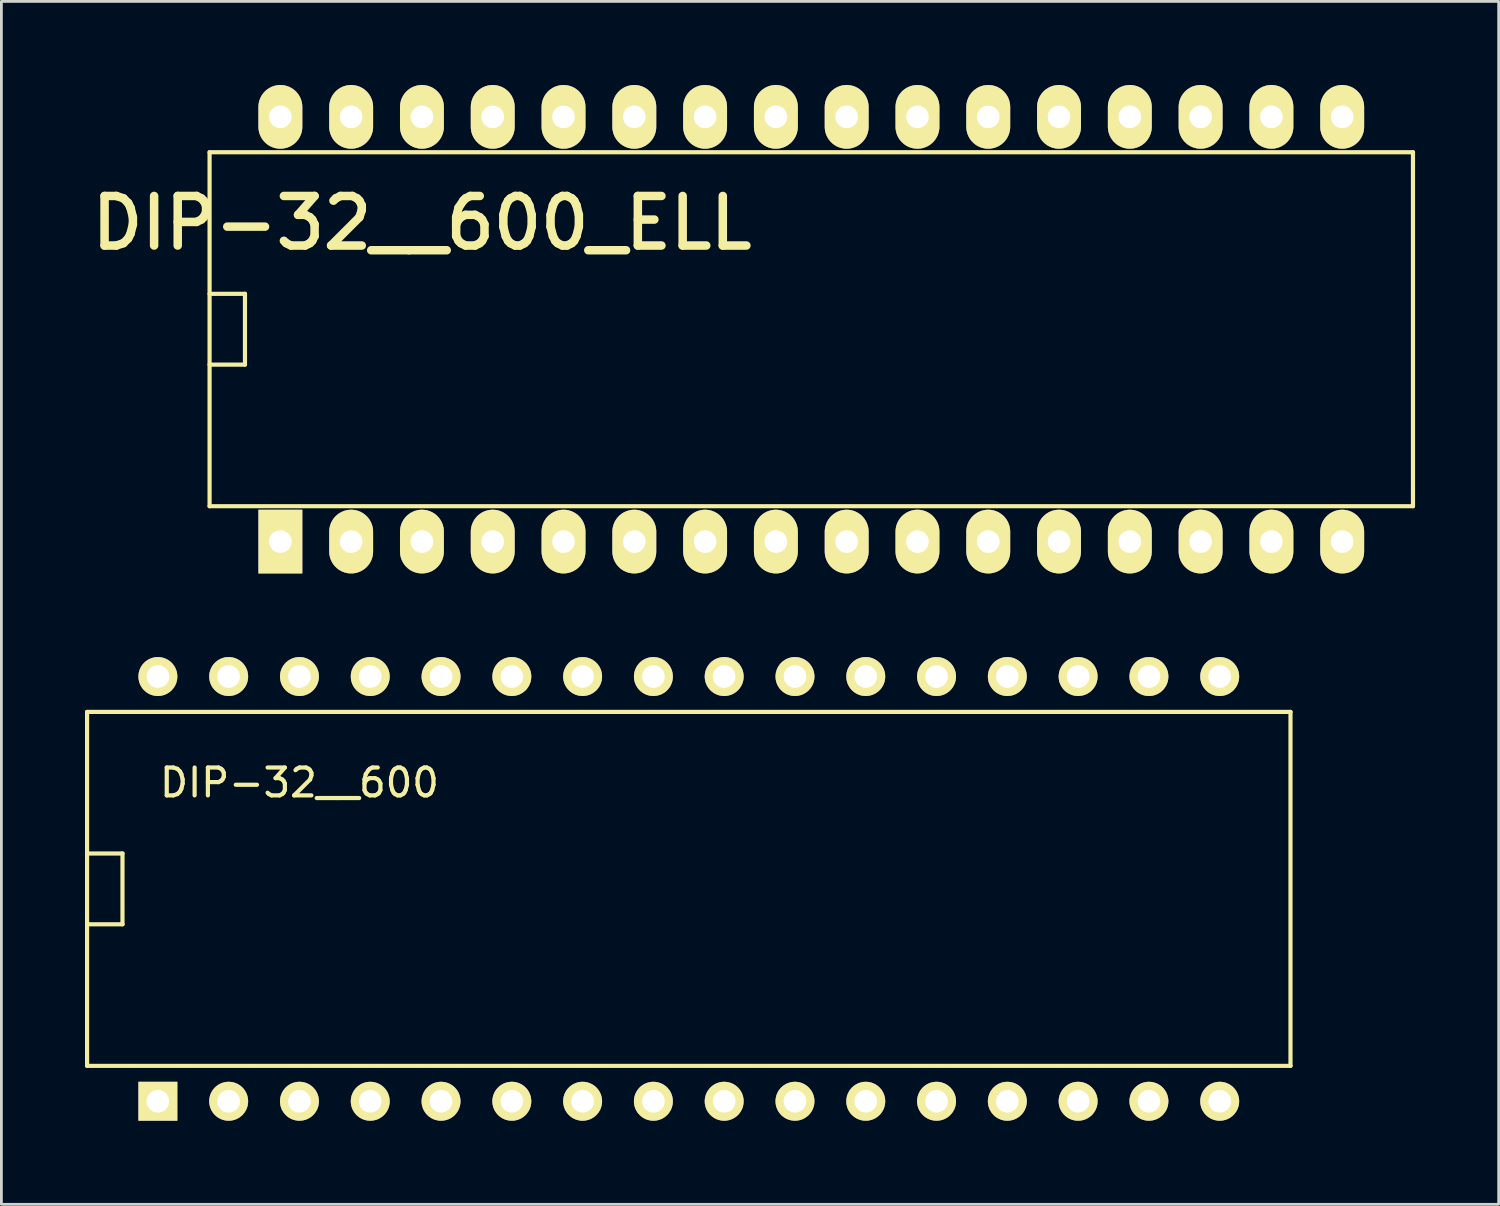
<source format=kicad_pcb>
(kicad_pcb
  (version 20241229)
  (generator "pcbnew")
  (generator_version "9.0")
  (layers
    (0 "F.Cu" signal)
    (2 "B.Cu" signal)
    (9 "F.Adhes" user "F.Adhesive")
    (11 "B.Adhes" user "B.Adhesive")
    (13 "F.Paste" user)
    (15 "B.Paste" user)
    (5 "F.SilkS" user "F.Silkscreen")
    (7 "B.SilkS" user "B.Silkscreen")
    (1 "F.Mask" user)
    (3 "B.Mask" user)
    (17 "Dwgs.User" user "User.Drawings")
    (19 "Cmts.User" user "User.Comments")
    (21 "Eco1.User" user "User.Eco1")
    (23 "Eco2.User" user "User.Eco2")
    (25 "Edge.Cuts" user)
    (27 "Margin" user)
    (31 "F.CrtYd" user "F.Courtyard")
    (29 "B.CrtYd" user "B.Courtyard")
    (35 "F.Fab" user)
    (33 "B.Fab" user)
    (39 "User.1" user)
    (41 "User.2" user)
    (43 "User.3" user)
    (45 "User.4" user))
  (footprint "DIP-32__600_ELL"
    (layer "F.Cu")
    (at 26.06 8.763)
    (property "Reference" "DIP-32__600_ELL" (at -13.97 -3.81 0) (layer "F.SilkS") (effects (font (size 1.778 1.778) (thickness 0.305))))
    (attr through_hole)
    (fp_line (start -21.59 -6.35) (end 21.59 -6.35) (stroke (width 0.15) (type solid)) (layer "F.SilkS"))
    (fp_line (start -21.59 1.27) (end -20.32 1.27) (stroke (width 0.15) (type solid)) (layer "F.SilkS"))
    (fp_line (start -21.59 6.35) (end -21.59 -6.35) (stroke (width 0.15) (type solid)) (layer "F.SilkS"))
    (fp_line (start -20.32 -1.27) (end -21.59 -1.27) (stroke (width 0.15) (type solid)) (layer "F.SilkS"))
    (fp_line (start -20.32 1.27) (end -20.32 -1.27) (stroke (width 0.15) (type solid)) (layer "F.SilkS"))
    (fp_line (start 21.59 -6.35) (end 21.59 6.35) (stroke (width 0.15) (type solid)) (layer "F.SilkS"))
    (fp_line (start 21.59 6.35) (end -21.59 6.35) (stroke (width 0.15) (type solid)) (layer "F.SilkS"))
    (pad "1" thru_hole rect (at -19.05 7.62) (size 1.575 2.286) (drill 0.813) (layers "*.Cu" "*.Mask" "F.SilkS"))
    (pad "2" thru_hole oval (at -16.51 7.62) (size 1.575 2.286) (drill 0.813) (layers "*.Cu" "*.Mask" "F.SilkS"))
    (pad "3" thru_hole oval (at -13.97 7.62) (size 1.575 2.286) (drill 0.813) (layers "*.Cu" "*.Mask" "F.SilkS"))
    (pad "4" thru_hole oval (at -11.43 7.62) (size 1.575 2.286) (drill 0.813) (layers "*.Cu" "*.Mask" "F.SilkS"))
    (pad "5" thru_hole oval (at -8.89 7.62) (size 1.575 2.286) (drill 0.813) (layers "*.Cu" "*.Mask" "F.SilkS"))
    (pad "6" thru_hole oval (at -6.35 7.62) (size 1.575 2.286) (drill 0.813) (layers "*.Cu" "*.Mask" "F.SilkS"))
    (pad "7" thru_hole oval (at -3.81 7.62) (size 1.575 2.286) (drill 0.813) (layers "*.Cu" "*.Mask" "F.SilkS"))
    (pad "8" thru_hole oval (at -1.27 7.62) (size 1.575 2.286) (drill 0.813) (layers "*.Cu" "*.Mask" "F.SilkS"))
    (pad "9" thru_hole oval (at 1.27 7.62) (size 1.575 2.286) (drill 0.813) (layers "*.Cu" "*.Mask" "F.SilkS"))
    (pad "10" thru_hole oval (at 3.81 7.62) (size 1.575 2.286) (drill 0.813) (layers "*.Cu" "*.Mask" "F.SilkS"))
    (pad "11" thru_hole oval (at 6.35 7.62) (size 1.575 2.286) (drill 0.813) (layers "*.Cu" "*.Mask" "F.SilkS"))
    (pad "12" thru_hole oval (at 8.89 7.62) (size 1.575 2.286) (drill 0.813) (layers "*.Cu" "*.Mask" "F.SilkS"))
    (pad "13" thru_hole oval (at 11.43 7.62) (size 1.575 2.286) (drill 0.813) (layers "*.Cu" "*.Mask" "F.SilkS"))
    (pad "14" thru_hole oval (at 13.97 7.62) (size 1.575 2.286) (drill 0.813) (layers "*.Cu" "*.Mask" "F.SilkS"))
    (pad "15" thru_hole oval (at 16.51 7.62) (size 1.575 2.286) (drill 0.813) (layers "*.Cu" "*.Mask" "F.SilkS"))
    (pad "16" thru_hole oval (at 19.05 7.62) (size 1.575 2.286) (drill 0.813) (layers "*.Cu" "*.Mask" "F.SilkS"))
    (pad "17" thru_hole oval (at 19.05 -7.62) (size 1.575 2.286) (drill 0.813) (layers "*.Cu" "*.Mask" "F.SilkS"))
    (pad "18" thru_hole oval (at 16.51 -7.62) (size 1.575 2.286) (drill 0.813) (layers "*.Cu" "*.Mask" "F.SilkS"))
    (pad "19" thru_hole oval (at 13.97 -7.62) (size 1.575 2.286) (drill 0.813) (layers "*.Cu" "*.Mask" "F.SilkS"))
    (pad "20" thru_hole oval (at 11.43 -7.62) (size 1.575 2.286) (drill 0.813) (layers "*.Cu" "*.Mask" "F.SilkS"))
    (pad "21" thru_hole oval (at 8.89 -7.62) (size 1.575 2.286) (drill 0.813) (layers "*.Cu" "*.Mask" "F.SilkS"))
    (pad "22" thru_hole oval (at 6.35 -7.62) (size 1.575 2.286) (drill 0.813) (layers "*.Cu" "*.Mask" "F.SilkS"))
    (pad "23" thru_hole oval (at 3.81 -7.62) (size 1.575 2.286) (drill 0.813) (layers "*.Cu" "*.Mask" "F.SilkS"))
    (pad "24" thru_hole oval (at 1.27 -7.62) (size 1.575 2.286) (drill 0.813) (layers "*.Cu" "*.Mask" "F.SilkS"))
    (pad "25" thru_hole oval (at -1.27 -7.62) (size 1.575 2.286) (drill 0.813) (layers "*.Cu" "*.Mask" "F.SilkS"))
    (pad "26" thru_hole oval (at -3.81 -7.62) (size 1.575 2.286) (drill 0.813) (layers "*.Cu" "*.Mask" "F.SilkS"))
    (pad "27" thru_hole oval (at -6.35 -7.62) (size 1.575 2.286) (drill 0.813) (layers "*.Cu" "*.Mask" "F.SilkS"))
    (pad "28" thru_hole oval (at -8.89 -7.62) (size 1.575 2.286) (drill 0.813) (layers "*.Cu" "*.Mask" "F.SilkS"))
    (pad "29" thru_hole oval (at -11.43 -7.62) (size 1.575 2.286) (drill 0.813) (layers "*.Cu" "*.Mask" "F.SilkS"))
    (pad "30" thru_hole oval (at -13.97 -7.62) (size 1.575 2.286) (drill 0.813) (layers "*.Cu" "*.Mask" "F.SilkS"))
    (pad "31" thru_hole oval (at -16.51 -7.62) (size 1.575 2.286) (drill 0.813) (layers "*.Cu" "*.Mask" "F.SilkS"))
    (pad "32" thru_hole oval (at -19.05 -7.62) (size 1.575 2.286) (drill 0.813) (layers "*.Cu" "*.Mask" "F.SilkS")))
  (footprint "DIP-32__600"
    (layer "F.Cu")
    (at 21.665 28.845)
    (property "Reference" "DIP-32__600" (at -13.97 -3.81 0) (layer "F.SilkS") (effects (font (size 1 1) (thickness 0.15))))
    (attr through_hole)
    (fp_line (start -21.59 -6.35) (end 21.59 -6.35) (stroke (width 0.15) (type solid)) (layer "F.SilkS"))
    (fp_line (start -21.59 1.27) (end -20.32 1.27) (stroke (width 0.15) (type solid)) (layer "F.SilkS"))
    (fp_line (start -21.59 6.35) (end -21.59 -6.35) (stroke (width 0.15) (type solid)) (layer "F.SilkS"))
    (fp_line (start -20.32 -1.27) (end -21.59 -1.27) (stroke (width 0.15) (type solid)) (layer "F.SilkS"))
    (fp_line (start -20.32 1.27) (end -20.32 -1.27) (stroke (width 0.15) (type solid)) (layer "F.SilkS"))
    (fp_line (start 21.59 -6.35) (end 21.59 6.35) (stroke (width 0.15) (type solid)) (layer "F.SilkS"))
    (fp_line (start 21.59 6.35) (end -21.59 6.35) (stroke (width 0.15) (type solid)) (layer "F.SilkS"))
    (pad "1" thru_hole rect (at -19.05 7.62) (size 1.397 1.397) (drill 0.813) (layers "*.Cu" "*.Mask" "F.SilkS"))
    (pad "2" thru_hole circle (at -16.51 7.62) (size 1.397 1.397) (drill 0.813) (layers "*.Cu" "*.Mask" "F.SilkS"))
    (pad "3" thru_hole circle (at -13.97 7.62) (size 1.397 1.397) (drill 0.813) (layers "*.Cu" "*.Mask" "F.SilkS"))
    (pad "4" thru_hole circle (at -11.43 7.62) (size 1.397 1.397) (drill 0.813) (layers "*.Cu" "*.Mask" "F.SilkS"))
    (pad "5" thru_hole circle (at -8.89 7.62) (size 1.397 1.397) (drill 0.813) (layers "*.Cu" "*.Mask" "F.SilkS"))
    (pad "6" thru_hole circle (at -6.35 7.62) (size 1.397 1.397) (drill 0.813) (layers "*.Cu" "*.Mask" "F.SilkS"))
    (pad "7" thru_hole circle (at -3.81 7.62) (size 1.397 1.397) (drill 0.813) (layers "*.Cu" "*.Mask" "F.SilkS"))
    (pad "8" thru_hole circle (at -1.27 7.62) (size 1.397 1.397) (drill 0.813) (layers "*.Cu" "*.Mask" "F.SilkS"))
    (pad "9" thru_hole circle (at 1.27 7.62) (size 1.397 1.397) (drill 0.813) (layers "*.Cu" "*.Mask" "F.SilkS"))
    (pad "10" thru_hole circle (at 3.81 7.62) (size 1.397 1.397) (drill 0.813) (layers "*.Cu" "*.Mask" "F.SilkS"))
    (pad "11" thru_hole circle (at 6.35 7.62) (size 1.397 1.397) (drill 0.813) (layers "*.Cu" "*.Mask" "F.SilkS"))
    (pad "12" thru_hole circle (at 8.89 7.62) (size 1.397 1.397) (drill 0.813) (layers "*.Cu" "*.Mask" "F.SilkS"))
    (pad "13" thru_hole circle (at 11.43 7.62) (size 1.397 1.397) (drill 0.813) (layers "*.Cu" "*.Mask" "F.SilkS"))
    (pad "14" thru_hole circle (at 13.97 7.62) (size 1.397 1.397) (drill 0.813) (layers "*.Cu" "*.Mask" "F.SilkS"))
    (pad "15" thru_hole circle (at 16.51 7.62) (size 1.397 1.397) (drill 0.813) (layers "*.Cu" "*.Mask" "F.SilkS"))
    (pad "16" thru_hole circle (at 19.05 7.62) (size 1.397 1.397) (drill 0.813) (layers "*.Cu" "*.Mask" "F.SilkS"))
    (pad "17" thru_hole circle (at 19.05 -7.62) (size 1.397 1.397) (drill 0.813) (layers "*.Cu" "*.Mask" "F.SilkS"))
    (pad "18" thru_hole circle (at 16.51 -7.62) (size 1.397 1.397) (drill 0.813) (layers "*.Cu" "*.Mask" "F.SilkS"))
    (pad "19" thru_hole circle (at 13.97 -7.62) (size 1.397 1.397) (drill 0.813) (layers "*.Cu" "*.Mask" "F.SilkS"))
    (pad "20" thru_hole circle (at 11.43 -7.62) (size 1.397 1.397) (drill 0.813) (layers "*.Cu" "*.Mask" "F.SilkS"))
    (pad "21" thru_hole circle (at 8.89 -7.62) (size 1.397 1.397) (drill 0.813) (layers "*.Cu" "*.Mask" "F.SilkS"))
    (pad "22" thru_hole circle (at 6.35 -7.62) (size 1.397 1.397) (drill 0.813) (layers "*.Cu" "*.Mask" "F.SilkS"))
    (pad "23" thru_hole circle (at 3.81 -7.62) (size 1.397 1.397) (drill 0.813) (layers "*.Cu" "*.Mask" "F.SilkS"))
    (pad "24" thru_hole circle (at 1.27 -7.62) (size 1.397 1.397) (drill 0.813) (layers "*.Cu" "*.Mask" "F.SilkS"))
    (pad "25" thru_hole circle (at -1.27 -7.62) (size 1.397 1.397) (drill 0.813) (layers "*.Cu" "*.Mask" "F.SilkS"))
    (pad "26" thru_hole circle (at -3.81 -7.62) (size 1.397 1.397) (drill 0.813) (layers "*.Cu" "*.Mask" "F.SilkS"))
    (pad "27" thru_hole circle (at -6.35 -7.62) (size 1.397 1.397) (drill 0.813) (layers "*.Cu" "*.Mask" "F.SilkS"))
    (pad "28" thru_hole circle (at -8.89 -7.62) (size 1.397 1.397) (drill 0.813) (layers "*.Cu" "*.Mask" "F.SilkS"))
    (pad "29" thru_hole circle (at -11.43 -7.62) (size 1.397 1.397) (drill 0.813) (layers "*.Cu" "*.Mask" "F.SilkS"))
    (pad "30" thru_hole circle (at -13.97 -7.62) (size 1.397 1.397) (drill 0.813) (layers "*.Cu" "*.Mask" "F.SilkS"))
    (pad "31" thru_hole circle (at -16.51 -7.62) (size 1.397 1.397) (drill 0.813) (layers "*.Cu" "*.Mask" "F.SilkS"))
    (pad "32" thru_hole circle (at -19.05 -7.62) (size 1.397 1.397) (drill 0.813) (layers "*.Cu" "*.Mask" "F.SilkS")))
  (gr_rect
    (start -3 -3)
    (end 50.725 40.163)
    (stroke (width 0.1) (type default))
    (fill no)
    (layer "Edge.Cuts")))
</source>
